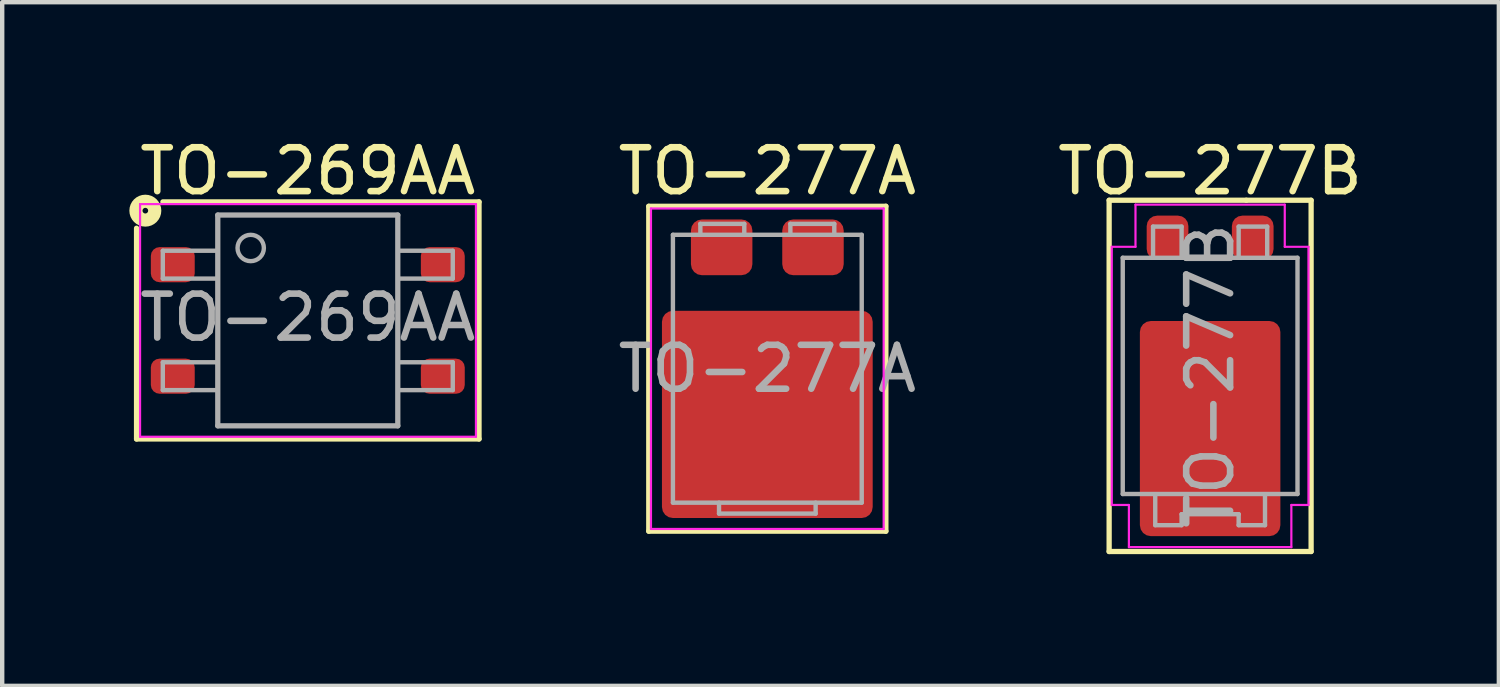
<source format=kicad_pcb>
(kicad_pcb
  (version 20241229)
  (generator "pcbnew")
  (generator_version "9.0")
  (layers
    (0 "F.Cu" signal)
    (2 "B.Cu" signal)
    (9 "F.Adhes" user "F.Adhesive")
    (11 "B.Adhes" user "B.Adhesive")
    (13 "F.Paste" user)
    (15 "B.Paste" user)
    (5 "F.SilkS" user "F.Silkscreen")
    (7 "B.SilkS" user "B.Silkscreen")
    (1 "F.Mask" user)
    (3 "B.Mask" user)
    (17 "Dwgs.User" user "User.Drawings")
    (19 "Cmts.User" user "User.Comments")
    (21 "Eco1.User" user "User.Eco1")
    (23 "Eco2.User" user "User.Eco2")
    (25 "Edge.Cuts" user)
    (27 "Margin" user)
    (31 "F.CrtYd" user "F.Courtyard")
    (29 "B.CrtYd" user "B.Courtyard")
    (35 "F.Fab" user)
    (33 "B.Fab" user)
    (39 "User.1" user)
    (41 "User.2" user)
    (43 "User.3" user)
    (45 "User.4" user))
  (footprint "TO-269AA"
    (layer "F.Cu")
    (at 3.96 4.248)
    (property "Reference" "TO-269AA" (at 0 -3.4 0) (layer "F.SilkS") (effects (font (size 1 1) (thickness 0.15))))
    (attr smd)
    (fp_line (start -3.9 -2.1) (end -3.9 2.7) (stroke (width 0.12) (type solid)) (layer "F.SilkS"))
    (fp_line (start -3.9 2.7) (end 3.9 2.7) (stroke (width 0.12) (type solid)) (layer "F.SilkS"))
    (fp_line (start 3.9 -2.7) (end -3.3 -2.7) (stroke (width 0.12) (type solid)) (layer "F.SilkS"))
    (fp_line (start 3.9 2.7) (end 3.9 -2.7) (stroke (width 0.12) (type solid)) (layer "F.SilkS"))
    (fp_circle (center -3.7 -2.5) (end -3.636 -2.5) (stroke (width 0.3) (type solid)) (fill no) (layer "F.SilkS"))
    (fp_line (start -3.82 -2.65) (end -3.82 2.65) (stroke (width 0.05) (type solid)) (layer "F.CrtYd"))
    (fp_line (start -3.82 -2.65) (end 3.83 -2.65) (stroke (width 0.05) (type solid)) (layer "F.CrtYd"))
    (fp_line (start 3.83 2.65) (end -3.82 2.65) (stroke (width 0.05) (type solid)) (layer "F.CrtYd"))
    (fp_line (start 3.83 2.65) (end 3.83 -2.65) (stroke (width 0.05) (type solid)) (layer "F.CrtYd"))
    (fp_line (start -3.302 -1.587) (end -3.302 -0.953) (stroke (width 0.1) (type solid)) (layer "F.Fab"))
    (fp_line (start -3.302 -1.587) (end -2.095 -1.587) (stroke (width 0.1) (type solid)) (layer "F.Fab"))
    (fp_line (start -3.302 -0.953) (end -2.095 -0.953) (stroke (width 0.1) (type solid)) (layer "F.Fab"))
    (fp_line (start -3.302 0.953) (end -3.302 1.587) (stroke (width 0.1) (type solid)) (layer "F.Fab"))
    (fp_line (start -3.302 0.953) (end -2.095 0.953) (stroke (width 0.1) (type solid)) (layer "F.Fab"))
    (fp_line (start -3.302 1.587) (end -2.095 1.587) (stroke (width 0.1) (type solid)) (layer "F.Fab"))
    (fp_line (start -2.05 -2.4) (end 2.05 -2.4) (stroke (width 0.12) (type solid)) (layer "F.Fab"))
    (fp_line (start -2.05 2.4) (end -2.05 -2.4) (stroke (width 0.12) (type solid)) (layer "F.Fab"))
    (fp_line (start 2.05 -2.4) (end 2.05 2.4) (stroke (width 0.12) (type solid)) (layer "F.Fab"))
    (fp_line (start 2.05 2.4) (end -2.05 2.4) (stroke (width 0.12) (type solid)) (layer "F.Fab"))
    (fp_line (start 3.302 -1.587) (end 2.095 -1.587) (stroke (width 0.1) (type solid)) (layer "F.Fab"))
    (fp_line (start 3.302 -0.953) (end 2.095 -0.953) (stroke (width 0.1) (type solid)) (layer "F.Fab"))
    (fp_line (start 3.302 -0.953) (end 3.302 -1.587) (stroke (width 0.1) (type solid)) (layer "F.Fab"))
    (fp_line (start 3.302 0.953) (end 2.095 0.953) (stroke (width 0.1) (type solid)) (layer "F.Fab"))
    (fp_line (start 3.302 1.587) (end 2.095 1.587) (stroke (width 0.1) (type solid)) (layer "F.Fab"))
    (fp_line (start 3.302 1.587) (end 3.302 0.953) (stroke (width 0.1) (type solid)) (layer "F.Fab"))
    (fp_circle (center -1.3 -1.65) (end -1 -1.65) (stroke (width 0.1) (type solid)) (fill no) (layer "F.Fab"))
    (fp_text user "${REFERENCE}" (at 0 -0.065 0) (layer "F.Fab") (effects (font (size 1 1) (thickness 0.15))))
    (pad "1" smd roundrect (at -3.075 -1.27) (size 1 0.8) (layers "F.Cu" "F.Mask" "F.Paste") (roundrect_rratio 0.25))
    (pad "2" smd roundrect (at -3.075 1.27) (size 1 0.8) (layers "F.Cu" "F.Mask" "F.Paste") (roundrect_rratio 0.25))
    (pad "3" smd roundrect (at 3.075 1.27) (size 1 0.8) (layers "F.Cu" "F.Mask" "F.Paste") (roundrect_rratio 0.25))
    (pad "4" smd roundrect (at 3.075 -1.27) (size 1 0.8) (layers "F.Cu" "F.Mask" "F.Paste") (roundrect_rratio 0.25)))
  (footprint "TO-277A"
    (layer "F.Cu")
    (at 14.426 5.348)
    (property "Reference" "TO-277A" (at 0 -4.5 180) (layer "F.SilkS") (effects (font (size 1 1) (thickness 0.15))))
    (attr smd)
    (fp_line (start -2.7 -3.7) (end -2.7 3.7) (stroke (width 0.12) (type solid)) (layer "F.SilkS"))
    (fp_line (start -2.7 3.7) (end 2.7 3.7) (stroke (width 0.12) (type solid)) (layer "F.SilkS"))
    (fp_line (start 2.7 -3.7) (end -2.7 -3.7) (stroke (width 0.12) (type solid)) (layer "F.SilkS"))
    (fp_line (start 2.7 3.7) (end 2.7 -3.7) (stroke (width 0.12) (type solid)) (layer "F.SilkS"))
    (fp_line (start -2.65 -3.65) (end -2.65 3.65) (stroke (width 0.05) (type solid)) (layer "F.CrtYd"))
    (fp_line (start -2.65 -3.65) (end 2.65 -3.65) (stroke (width 0.05) (type solid)) (layer "F.CrtYd"))
    (fp_line (start 2.65 3.65) (end -2.65 3.65) (stroke (width 0.05) (type solid)) (layer "F.CrtYd"))
    (fp_line (start 2.65 3.65) (end 2.65 -3.65) (stroke (width 0.05) (type solid)) (layer "F.CrtYd"))
    (fp_line (start -2.15 -3.05) (end -2.15 3.05) (stroke (width 0.1) (type solid)) (layer "F.Fab"))
    (fp_line (start -2.15 3.05) (end 2.15 3.05) (stroke (width 0.1) (type solid)) (layer "F.Fab"))
    (fp_line (start -1.525 -3.3) (end -0.525 -3.3) (stroke (width 0.1) (type solid)) (layer "F.Fab"))
    (fp_line (start -1.525 -3.05) (end -1.525 -3.3) (stroke (width 0.1) (type solid)) (layer "F.Fab"))
    (fp_line (start -1.1 3.05) (end -1.1 3.3) (stroke (width 0.1) (type solid)) (layer "F.Fab"))
    (fp_line (start -1.1 3.3) (end 1.1 3.3) (stroke (width 0.1) (type solid)) (layer "F.Fab"))
    (fp_line (start -0.525 -3.3) (end -0.525 -3.05) (stroke (width 0.1) (type solid)) (layer "F.Fab"))
    (fp_line (start 0.525 -3.3) (end 1.525 -3.3) (stroke (width 0.1) (type solid)) (layer "F.Fab"))
    (fp_line (start 0.525 -3.05) (end 0.525 -3.3) (stroke (width 0.1) (type solid)) (layer "F.Fab"))
    (fp_line (start 1.1 3.3) (end 1.1 3.05) (stroke (width 0.1) (type solid)) (layer "F.Fab"))
    (fp_line (start 1.525 -3.3) (end 1.525 -3.05) (stroke (width 0.1) (type solid)) (layer "F.Fab"))
    (fp_line (start 2.15 -3.05) (end -2.15 -3.05) (stroke (width 0.1) (type solid)) (layer "F.Fab"))
    (fp_line (start 2.15 3.05) (end 2.15 -3.05) (stroke (width 0.1) (type solid)) (layer "F.Fab"))
    (fp_text user "${REFERENCE}" (at 0 0 0) (layer "F.Fab") (effects (font (size 1 1) (thickness 0.15))))
    (pad "" smd roundrect (at -1.7 -0.65 180) (size 1.25 1.2) (layers "F.Paste") (roundrect_rratio 0.208))
    (pad "" smd roundrect (at -1.7 1.04) (size 1.25 1.2) (layers "F.Paste") (roundrect_rratio 0.208))
    (pad "" smd roundrect (at -1.7 2.7) (size 1.25 1.2) (layers "F.Paste") (roundrect_rratio 0.208))
    (pad "" smd roundrect (at 0 -0.65) (size 1.25 1.2) (layers "F.Paste") (roundrect_rratio 0.208))
    (pad "" smd roundrect (at 0 1.04) (size 1.25 1.2) (layers "F.Paste") (roundrect_rratio 0.208))
    (pad "" smd roundrect (at 0 2.7) (size 1.25 1.2) (layers "F.Paste") (roundrect_rratio 0.208))
    (pad "" smd roundrect (at 1.7 -0.65) (size 1.25 1.2) (layers "F.Paste") (roundrect_rratio 0.208))
    (pad "" smd roundrect (at 1.7 1.04) (size 1.25 1.2) (layers "F.Paste") (roundrect_rratio 0.208))
    (pad "" smd roundrect (at 1.7 2.7) (size 1.25 1.2) (layers "F.Paste") (roundrect_rratio 0.208))
    (pad "1" smd roundrect (at -1.04 -2.765) (size 1.4 1.27) (layers "F.Cu" "F.Mask" "F.Paste") (roundrect_rratio 0.197))
    (pad "2" smd roundrect (at 1.04 -2.765) (size 1.4 1.27) (layers "F.Cu" "F.Mask" "F.Paste") (roundrect_rratio 0.197))
    (pad "3" smd roundrect (at 0 1.04) (size 4.8 4.72) (layers "F.Cu" "F.Mask") (roundrect_rratio 0.053)))
  (footprint "TO-277B"
    (layer "F.Cu")
    (at 24.511 5.511)
    (property "Reference" "TO-277B" (at -0.002 -4.663 180) (layer "F.SilkS") (effects (font (size 1 1) (thickness 0.15))))
    (attr smd)
    (fp_line (start -2.3 -4) (end -2.3 4) (stroke (width 0.12) (type solid)) (layer "F.SilkS"))
    (fp_line (start -2.3 4) (end 2.3 4) (stroke (width 0.12) (type solid)) (layer "F.SilkS"))
    (fp_line (start 0.824 -4) (end -2.3 -4) (stroke (width 0.12) (type solid)) (layer "F.SilkS"))
    (fp_line (start 2.3 -4) (end 0.824 -4) (stroke (width 0.12) (type solid)) (layer "F.SilkS"))
    (fp_line (start 2.3 4) (end 2.3 -4) (stroke (width 0.12) (type solid)) (layer "F.SilkS"))
    (fp_line (start -2.24 -2.94) (end -2.24 2.94) (stroke (width 0.05) (type solid)) (layer "F.CrtYd"))
    (fp_line (start -2.24 -2.94) (end -1.7 -2.94) (stroke (width 0.05) (type solid)) (layer "F.CrtYd"))
    (fp_line (start -2.24 2.94) (end -1.85 2.94) (stroke (width 0.05) (type solid)) (layer "F.CrtYd"))
    (fp_line (start -1.85 3.9) (end -1.85 2.94) (stroke (width 0.05) (type solid)) (layer "F.CrtYd"))
    (fp_line (start -1.7 -3.9) (end 1.7 -3.9) (stroke (width 0.05) (type solid)) (layer "F.CrtYd"))
    (fp_line (start -1.7 -2.94) (end -1.7 -3.9) (stroke (width 0.05) (type solid)) (layer "F.CrtYd"))
    (fp_line (start 1.7 -2.94) (end 1.7 -3.9) (stroke (width 0.05) (type solid)) (layer "F.CrtYd"))
    (fp_line (start 1.7 -2.94) (end 2.24 -2.94) (stroke (width 0.05) (type solid)) (layer "F.CrtYd"))
    (fp_line (start 1.85 2.94) (end 2.24 2.94) (stroke (width 0.05) (type solid)) (layer "F.CrtYd"))
    (fp_line (start 1.85 3.9) (end -1.85 3.9) (stroke (width 0.05) (type solid)) (layer "F.CrtYd"))
    (fp_line (start 1.85 3.9) (end 1.85 2.94) (stroke (width 0.05) (type solid)) (layer "F.CrtYd"))
    (fp_line (start 2.24 2.94) (end 2.24 -2.94) (stroke (width 0.05) (type solid)) (layer "F.CrtYd"))
    (fp_line (start -1.99 -2.69) (end -1.99 2.69) (stroke (width 0.1) (type solid)) (layer "F.Fab"))
    (fp_line (start -1.99 2.69) (end 1.99 2.69) (stroke (width 0.1) (type solid)) (layer "F.Fab"))
    (fp_line (start -1.3 -3.4) (end -0.65 -3.4) (stroke (width 0.1) (type solid)) (layer "F.Fab"))
    (fp_line (start -1.3 -2.7) (end -1.3 -3.4) (stroke (width 0.1) (type solid)) (layer "F.Fab"))
    (fp_line (start -1.25 2.7) (end -1.25 3.4) (stroke (width 0.1) (type solid)) (layer "F.Fab"))
    (fp_line (start -1.25 3.4) (end -0.65 3.4) (stroke (width 0.1) (type solid)) (layer "F.Fab"))
    (fp_line (start -0.65 -3.4) (end -0.65 -2.7) (stroke (width 0.1) (type solid)) (layer "F.Fab"))
    (fp_line (start -0.65 3.4) (end -0.65 3.15) (stroke (width 0.1) (type solid)) (layer "F.Fab"))
    (fp_line (start 0.65 -3.4) (end 1.3 -3.4) (stroke (width 0.1) (type solid)) (layer "F.Fab"))
    (fp_line (start 0.65 -2.7) (end 0.65 -3.4) (stroke (width 0.1) (type solid)) (layer "F.Fab"))
    (fp_line (start 0.65 3.15) (end -0.65 3.15) (stroke (width 0.1) (type solid)) (layer "F.Fab"))
    (fp_line (start 0.65 3.4) (end 0.65 3.15) (stroke (width 0.1) (type solid)) (layer "F.Fab"))
    (fp_line (start 1.25 2.7) (end 1.25 3.4) (stroke (width 0.1) (type solid)) (layer "F.Fab"))
    (fp_line (start 1.25 3.4) (end 0.65 3.4) (stroke (width 0.1) (type solid)) (layer "F.Fab"))
    (fp_line (start 1.3 -3.4) (end 1.3 -2.7) (stroke (width 0.1) (type solid)) (layer "F.Fab"))
    (fp_line (start 1.99 -2.69) (end -1.99 -2.69) (stroke (width 0.1) (type solid)) (layer "F.Fab"))
    (fp_line (start 1.99 2.69) (end 1.99 -2.69) (stroke (width 0.1) (type solid)) (layer "F.Fab"))
    (fp_text user "${REFERENCE}" (at 0 0 90) (layer "F.Fab") (effects (font (size 1 1) (thickness 0.15))))
    (pad "" smd roundrect (at -0.9 -0.6) (size 1.3 1.2) (layers "F.Paste") (roundrect_rratio 0.208))
    (pad "" smd roundrect (at -0.9 1.2) (size 1.3 1.2) (layers "F.Paste") (roundrect_rratio 0.208))
    (pad "" smd roundrect (at -0.9 3) (size 1.3 1.2) (layers "F.Paste") (roundrect_rratio 0.208))
    (pad "" smd roundrect (at 0.9 -0.6) (size 1.3 1.2) (layers "F.Paste") (roundrect_rratio 0.208))
    (pad "" smd roundrect (at 0.9 1.2) (size 1.3 1.2) (layers "F.Paste") (roundrect_rratio 0.208))
    (pad "" smd roundrect (at 0.9 3) (size 1.3 1.2) (layers "F.Paste") (roundrect_rratio 0.208))
    (pad "1" smd roundrect (at -0.97 -3.15) (size 0.95 1) (layers "F.Cu" "F.Mask" "F.Paste") (roundrect_rratio 0.25))
    (pad "2" smd roundrect (at 0.97 -3.15) (size 0.95 1) (layers "F.Cu" "F.Mask" "F.Paste") (roundrect_rratio 0.25))
    (pad "3" smd roundrect (at 0 1.2) (size 3.2 4.9) (layers "F.Cu" "F.Mask") (roundrect_rratio 0.078)))
  (gr_rect
    (start -3 -3)
    (end 31.087 12.571)
    (stroke (width 0.1) (type default))
    (fill no)
    (layer "Edge.Cuts")))
</source>
